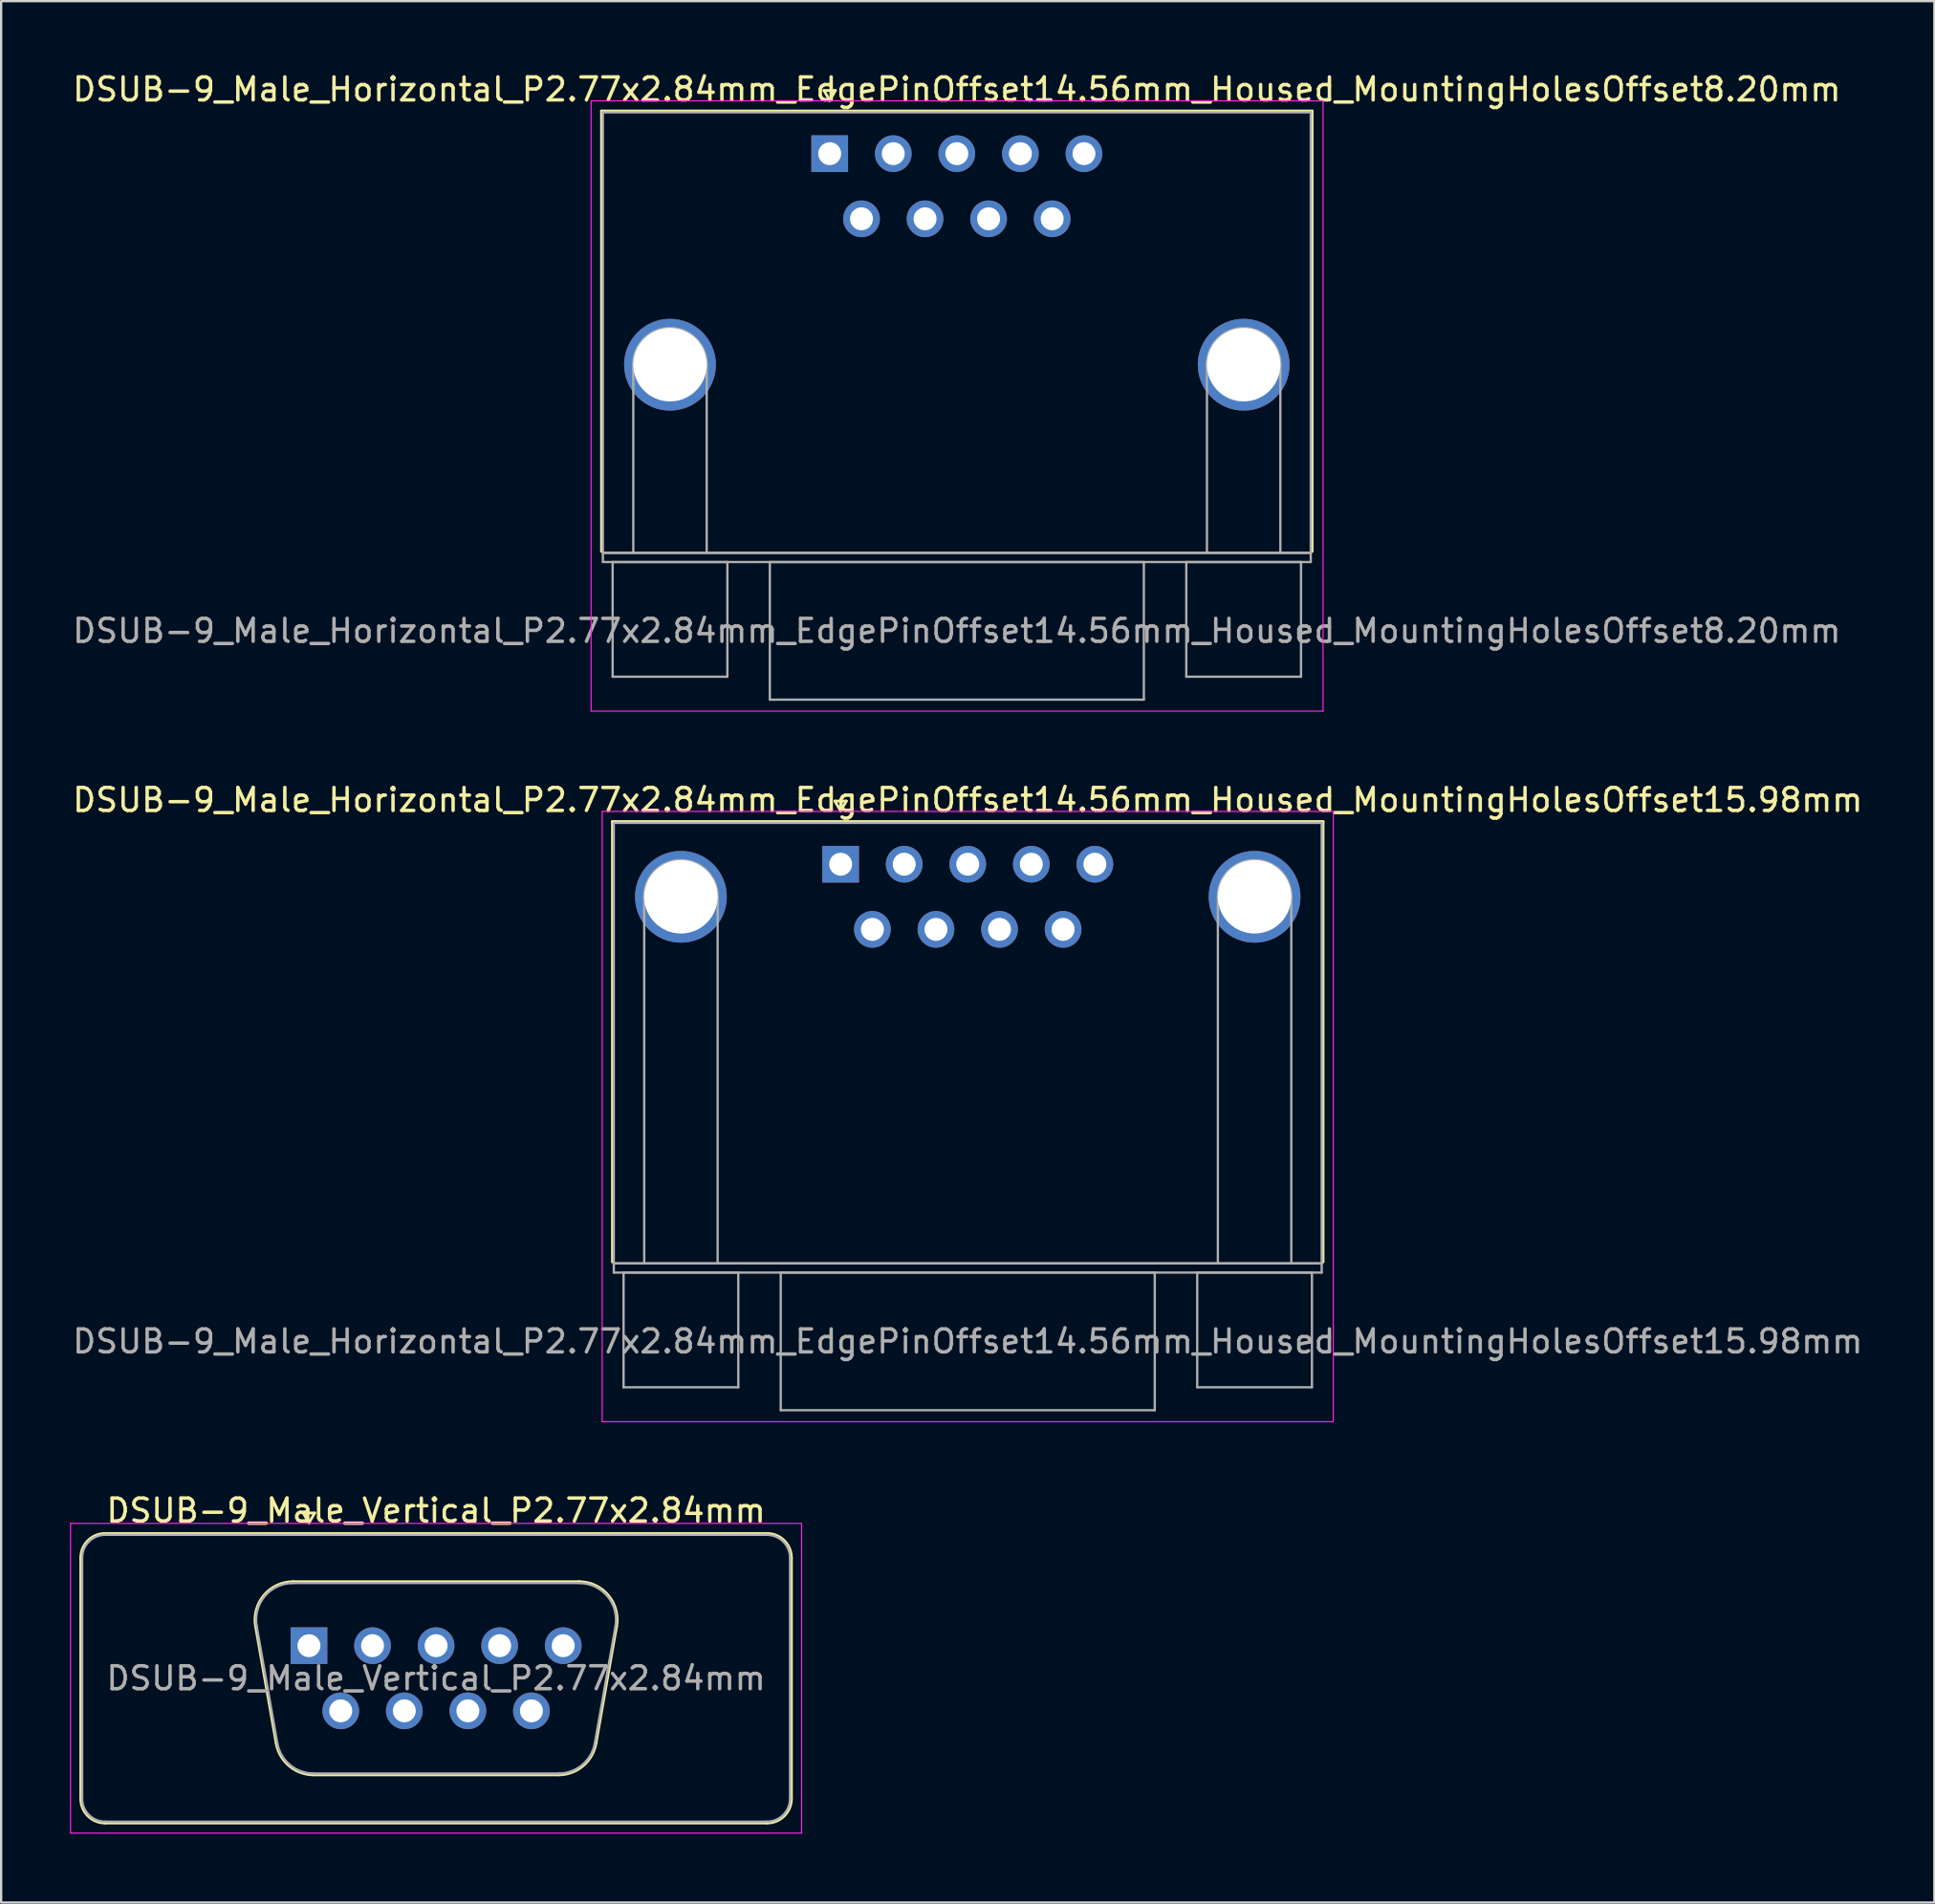
<source format=kicad_pcb>
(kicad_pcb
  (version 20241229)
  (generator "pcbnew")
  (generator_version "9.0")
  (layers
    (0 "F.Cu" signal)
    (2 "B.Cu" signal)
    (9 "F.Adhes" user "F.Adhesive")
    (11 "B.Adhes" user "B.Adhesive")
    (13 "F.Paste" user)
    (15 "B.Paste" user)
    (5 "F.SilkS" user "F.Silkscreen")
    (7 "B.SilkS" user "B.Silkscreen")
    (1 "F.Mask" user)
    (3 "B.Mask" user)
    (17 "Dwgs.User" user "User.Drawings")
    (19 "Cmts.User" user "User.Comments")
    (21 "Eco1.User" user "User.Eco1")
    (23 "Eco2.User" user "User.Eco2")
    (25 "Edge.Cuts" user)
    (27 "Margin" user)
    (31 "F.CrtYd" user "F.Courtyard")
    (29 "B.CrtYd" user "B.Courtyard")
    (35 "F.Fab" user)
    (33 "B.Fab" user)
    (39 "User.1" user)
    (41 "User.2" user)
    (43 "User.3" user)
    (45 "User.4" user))
  (footprint "DSUB-9_Male_Horizontal_P2.77x2.84mm_EdgePinOffset14.56mm_Housed_MountingHolesOffset8.20mm"
    (layer "F.Cu")
    (at 33.109 3.648)
    (property "Reference" "DSUB-9_Male_Horizontal_P2.77x2.84mm_EdgePinOffset14.56mm_Housed_MountingHolesOffset8.20mm" (at 5.54 -2.8 0) (layer "F.SilkS") (effects (font (size 1 1) (thickness 0.15))))
    (attr through_hole)
    (fp_line (start -9.945 -1.86) (end 21.025 -1.86) (stroke (width 0.12) (type solid)) (layer "F.SilkS"))
    (fp_line (start -9.945 17.34) (end -9.945 -1.86) (stroke (width 0.12) (type solid)) (layer "F.SilkS"))
    (fp_line (start -0.25 -2.754) (end 0.25 -2.754) (stroke (width 0.12) (type solid)) (layer "F.SilkS"))
    (fp_line (start 0 -2.321) (end -0.25 -2.754) (stroke (width 0.12) (type solid)) (layer "F.SilkS"))
    (fp_line (start 0.25 -2.754) (end 0 -2.321) (stroke (width 0.12) (type solid)) (layer "F.SilkS"))
    (fp_line (start 21.025 -1.86) (end 21.025 17.34) (stroke (width 0.12) (type solid)) (layer "F.SilkS"))
    (fp_line (start -10.4 -2.3) (end -10.4 24.3) (stroke (width 0.05) (type solid)) (layer "F.CrtYd"))
    (fp_line (start -10.4 24.3) (end 21.5 24.3) (stroke (width 0.05) (type solid)) (layer "F.CrtYd"))
    (fp_line (start 21.5 -2.3) (end -10.4 -2.3) (stroke (width 0.05) (type solid)) (layer "F.CrtYd"))
    (fp_line (start 21.5 24.3) (end 21.5 -2.3) (stroke (width 0.05) (type solid)) (layer "F.CrtYd"))
    (fp_line (start -9.885 -1.8) (end -9.885 17.4) (stroke (width 0.1) (type solid)) (layer "F.Fab"))
    (fp_line (start -9.885 17.4) (end -9.885 17.8) (stroke (width 0.1) (type solid)) (layer "F.Fab"))
    (fp_line (start -9.885 17.4) (end 20.965 17.4) (stroke (width 0.1) (type solid)) (layer "F.Fab"))
    (fp_line (start -9.885 17.8) (end 20.965 17.8) (stroke (width 0.1) (type solid)) (layer "F.Fab"))
    (fp_line (start -9.46 17.8) (end -9.46 22.8) (stroke (width 0.1) (type solid)) (layer "F.Fab"))
    (fp_line (start -9.46 22.8) (end -4.46 22.8) (stroke (width 0.1) (type solid)) (layer "F.Fab"))
    (fp_line (start -8.56 17.4) (end -8.56 9.2) (stroke (width 0.1) (type solid)) (layer "F.Fab"))
    (fp_line (start -5.36 17.4) (end -5.36 9.2) (stroke (width 0.1) (type solid)) (layer "F.Fab"))
    (fp_line (start -4.46 17.8) (end -9.46 17.8) (stroke (width 0.1) (type solid)) (layer "F.Fab"))
    (fp_line (start -4.46 22.8) (end -4.46 17.8) (stroke (width 0.1) (type solid)) (layer "F.Fab"))
    (fp_line (start -2.61 17.8) (end -2.61 23.8) (stroke (width 0.1) (type solid)) (layer "F.Fab"))
    (fp_line (start -2.61 23.8) (end 13.69 23.8) (stroke (width 0.1) (type solid)) (layer "F.Fab"))
    (fp_line (start 13.69 17.8) (end -2.61 17.8) (stroke (width 0.1) (type solid)) (layer "F.Fab"))
    (fp_line (start 13.69 23.8) (end 13.69 17.8) (stroke (width 0.1) (type solid)) (layer "F.Fab"))
    (fp_line (start 15.54 17.8) (end 15.54 22.8) (stroke (width 0.1) (type solid)) (layer "F.Fab"))
    (fp_line (start 15.54 22.8) (end 20.54 22.8) (stroke (width 0.1) (type solid)) (layer "F.Fab"))
    (fp_line (start 16.44 17.4) (end 16.44 9.2) (stroke (width 0.1) (type solid)) (layer "F.Fab"))
    (fp_line (start 19.64 17.4) (end 19.64 9.2) (stroke (width 0.1) (type solid)) (layer "F.Fab"))
    (fp_line (start 20.54 17.8) (end 15.54 17.8) (stroke (width 0.1) (type solid)) (layer "F.Fab"))
    (fp_line (start 20.54 22.8) (end 20.54 17.8) (stroke (width 0.1) (type solid)) (layer "F.Fab"))
    (fp_line (start 20.965 -1.8) (end -9.885 -1.8) (stroke (width 0.1) (type solid)) (layer "F.Fab"))
    (fp_line (start 20.965 17.4) (end -9.885 17.4) (stroke (width 0.1) (type solid)) (layer "F.Fab"))
    (fp_line (start 20.965 17.4) (end 20.965 -1.8) (stroke (width 0.1) (type solid)) (layer "F.Fab"))
    (fp_line (start 20.965 17.8) (end 20.965 17.4) (stroke (width 0.1) (type solid)) (layer "F.Fab"))
    (fp_arc (start -8.56 9.2) (mid -6.96 7.6) (end -5.36 9.2) (stroke (width 0.1) (type solid)) (layer "F.Fab"))
    (fp_arc (start 16.44 9.2) (mid 18.04 7.6) (end 19.64 9.2) (stroke (width 0.1) (type solid)) (layer "F.Fab"))
    (fp_text user "${REFERENCE}" (at 5.54 20.8 0) (layer "F.Fab") (effects (font (size 1 1) (thickness 0.15))))
    (pad "0" thru_hole circle (at -6.96 9.2) (size 4 4) (drill 3.2) (layers "*.Cu" "*.Mask"))
    (pad "0" thru_hole circle (at 18.04 9.2) (size 4 4) (drill 3.2) (layers "*.Cu" "*.Mask"))
    (pad "1" thru_hole rect (at 0 0) (size 1.6 1.6) (drill 1) (layers "*.Cu" "*.Mask"))
    (pad "2" thru_hole circle (at 2.77 0) (size 1.6 1.6) (drill 1) (layers "*.Cu" "*.Mask"))
    (pad "3" thru_hole circle (at 5.54 0) (size 1.6 1.6) (drill 1) (layers "*.Cu" "*.Mask"))
    (pad "4" thru_hole circle (at 8.31 0) (size 1.6 1.6) (drill 1) (layers "*.Cu" "*.Mask"))
    (pad "5" thru_hole circle (at 11.08 0) (size 1.6 1.6) (drill 1) (layers "*.Cu" "*.Mask"))
    (pad "6" thru_hole circle (at 1.385 2.84) (size 1.6 1.6) (drill 1) (layers "*.Cu" "*.Mask"))
    (pad "7" thru_hole circle (at 4.155 2.84) (size 1.6 1.6) (drill 1) (layers "*.Cu" "*.Mask"))
    (pad "8" thru_hole circle (at 6.925 2.84) (size 1.6 1.6) (drill 1) (layers "*.Cu" "*.Mask"))
    (pad "9" thru_hole circle (at 9.695 2.84) (size 1.6 1.6) (drill 1) (layers "*.Cu" "*.Mask")))
  (footprint "DSUB-9_Male_Vertical_P2.77x2.84mm"
    (layer "F.Cu")
    (at 10.415 68.685)
    (property "Reference" "DSUB-9_Male_Vertical_P2.77x2.84mm" (at 5.54 -5.89 0) (layer "F.SilkS") (effects (font (size 1 1) (thickness 0.15))))
    (attr through_hole)
    (fp_line (start -9.945 6.67) (end -9.945 -3.83) (stroke (width 0.12) (type solid)) (layer "F.SilkS"))
    (fp_line (start -8.885 -4.89) (end 19.965 -4.89) (stroke (width 0.12) (type solid)) (layer "F.SilkS"))
    (fp_line (start -2.326 -0.842) (end -1.427 4.258) (stroke (width 0.12) (type solid)) (layer "F.SilkS"))
    (fp_line (start -0.692 -2.79) (end 11.772 -2.79) (stroke (width 0.12) (type solid)) (layer "F.SilkS"))
    (fp_line (start -0.25 -5.784) (end 0.25 -5.784) (stroke (width 0.12) (type solid)) (layer "F.SilkS"))
    (fp_line (start 0 -5.351) (end -0.25 -5.784) (stroke (width 0.12) (type solid)) (layer "F.SilkS"))
    (fp_line (start 0.208 5.63) (end 10.872 5.63) (stroke (width 0.12) (type solid)) (layer "F.SilkS"))
    (fp_line (start 0.25 -5.784) (end 0 -5.351) (stroke (width 0.12) (type solid)) (layer "F.SilkS"))
    (fp_line (start 13.406 -0.842) (end 12.507 4.258) (stroke (width 0.12) (type solid)) (layer "F.SilkS"))
    (fp_line (start 19.965 7.73) (end -8.885 7.73) (stroke (width 0.12) (type solid)) (layer "F.SilkS"))
    (fp_line (start 21.025 -3.83) (end 21.025 6.67) (stroke (width 0.12) (type solid)) (layer "F.SilkS"))
    (fp_arc (start -9.945 -3.83) (mid -9.634533 -4.579533) (end -8.885 -4.89) (stroke (width 0.12) (type solid)) (layer "F.SilkS"))
    (fp_arc (start -8.885 7.73) (mid -9.634533 7.419533) (end -9.945 6.67) (stroke (width 0.12) (type solid)) (layer "F.SilkS"))
    (fp_arc (start -2.32647 -0.841744) (mid -1.963323 -2.197027) (end -0.691689 -2.79) (stroke (width 0.12) (type solid)) (layer "F.SilkS"))
    (fp_arc (start 0.207579 5.63) (mid -0.859449 5.241634) (end -1.427202 4.258256) (stroke (width 0.12) (type solid)) (layer "F.SilkS"))
    (fp_arc (start 11.771689 -2.79) (mid 13.043323 -2.197027) (end 13.40647 -0.841744) (stroke (width 0.12) (type solid)) (layer "F.SilkS"))
    (fp_arc (start 12.507202 4.258256) (mid 11.939449 5.241634) (end 10.872421 5.63) (stroke (width 0.12) (type solid)) (layer "F.SilkS"))
    (fp_arc (start 19.965 -4.89) (mid 20.714533 -4.579533) (end 21.025 -3.83) (stroke (width 0.12) (type solid)) (layer "F.SilkS"))
    (fp_arc (start 21.025 6.67) (mid 20.714533 7.419533) (end 19.965 7.73) (stroke (width 0.12) (type solid)) (layer "F.SilkS"))
    (fp_line (start -10.39 -5.33) (end -10.39 8.17) (stroke (width 0.05) (type solid)) (layer "F.CrtYd"))
    (fp_line (start -10.39 8.17) (end 21.47 8.17) (stroke (width 0.05) (type solid)) (layer "F.CrtYd"))
    (fp_line (start 21.47 -5.33) (end -10.39 -5.33) (stroke (width 0.05) (type solid)) (layer "F.CrtYd"))
    (fp_line (start 21.47 8.17) (end 21.47 -5.33) (stroke (width 0.05) (type solid)) (layer "F.CrtYd"))
    (fp_line (start -9.885 6.67) (end -9.885 -3.83) (stroke (width 0.1) (type solid)) (layer "F.Fab"))
    (fp_line (start -8.885 -4.83) (end 19.965 -4.83) (stroke (width 0.1) (type solid)) (layer "F.Fab"))
    (fp_line (start -2.279 -0.852) (end -1.38 4.248) (stroke (width 0.1) (type solid)) (layer "F.Fab"))
    (fp_line (start -0.703 -2.73) (end 11.783 -2.73) (stroke (width 0.1) (type solid)) (layer "F.Fab"))
    (fp_line (start 0.196 5.57) (end 10.884 5.57) (stroke (width 0.1) (type solid)) (layer "F.Fab"))
    (fp_line (start 13.359 -0.852) (end 12.46 4.248) (stroke (width 0.1) (type solid)) (layer "F.Fab"))
    (fp_line (start 19.965 7.67) (end -8.885 7.67) (stroke (width 0.1) (type solid)) (layer "F.Fab"))
    (fp_line (start 20.965 -3.83) (end 20.965 6.67) (stroke (width 0.1) (type solid)) (layer "F.Fab"))
    (fp_arc (start -9.885 -3.83) (mid -9.592107 -4.537107) (end -8.885 -4.83) (stroke (width 0.1) (type solid)) (layer "F.Fab"))
    (fp_arc (start -8.885 7.67) (mid -9.592107 7.377107) (end -9.885 6.67) (stroke (width 0.1) (type solid)) (layer "F.Fab"))
    (fp_arc (start -2.278887 -0.852163) (mid -1.928865 -2.15846) (end -0.703194 -2.73) (stroke (width 0.1) (type solid)) (layer "F.Fab"))
    (fp_arc (start 0.196073 5.57) (mid -0.832387 5.195671) (end -1.379619 4.247837) (stroke (width 0.1) (type solid)) (layer "F.Fab"))
    (fp_arc (start 11.783194 -2.73) (mid 13.008865 -2.15846) (end 13.358887 -0.852163) (stroke (width 0.1) (type solid)) (layer "F.Fab"))
    (fp_arc (start 12.459619 4.247837) (mid 11.912387 5.195671) (end 10.883927 5.57) (stroke (width 0.1) (type solid)) (layer "F.Fab"))
    (fp_arc (start 19.965 -4.83) (mid 20.672107 -4.537107) (end 20.965 -3.83) (stroke (width 0.1) (type solid)) (layer "F.Fab"))
    (fp_arc (start 20.965 6.67) (mid 20.672107 7.377107) (end 19.965 7.67) (stroke (width 0.1) (type solid)) (layer "F.Fab"))
    (fp_text user "${REFERENCE}" (at 5.54 1.42 0) (layer "F.Fab") (effects (font (size 1 1) (thickness 0.15))))
    (pad "1" thru_hole rect (at 0 0) (size 1.6 1.6) (drill 1) (layers "*.Cu" "*.Mask"))
    (pad "2" thru_hole circle (at 2.77 0) (size 1.6 1.6) (drill 1) (layers "*.Cu" "*.Mask"))
    (pad "3" thru_hole circle (at 5.54 0) (size 1.6 1.6) (drill 1) (layers "*.Cu" "*.Mask"))
    (pad "4" thru_hole circle (at 8.31 0) (size 1.6 1.6) (drill 1) (layers "*.Cu" "*.Mask"))
    (pad "5" thru_hole circle (at 11.08 0) (size 1.6 1.6) (drill 1) (layers "*.Cu" "*.Mask"))
    (pad "6" thru_hole circle (at 1.385 2.84) (size 1.6 1.6) (drill 1) (layers "*.Cu" "*.Mask"))
    (pad "7" thru_hole circle (at 4.155 2.84) (size 1.6 1.6) (drill 1) (layers "*.Cu" "*.Mask"))
    (pad "8" thru_hole circle (at 6.925 2.84) (size 1.6 1.6) (drill 1) (layers "*.Cu" "*.Mask"))
    (pad "9" thru_hole circle (at 9.695 2.84) (size 1.6 1.6) (drill 1) (layers "*.Cu" "*.Mask")))
  (footprint "DSUB-9_Male_Horizontal_P2.77x2.84mm_EdgePinOffset14.56mm_Housed_MountingHolesOffset15.98mm"
    (layer "F.Cu")
    (at 33.585 34.621)
    (property "Reference" "DSUB-9_Male_Horizontal_P2.77x2.84mm_EdgePinOffset14.56mm_Housed_MountingHolesOffset15.98mm" (at 5.54 -2.8 0) (layer "F.SilkS") (effects (font (size 1 1) (thickness 0.15))))
    (attr through_hole)
    (fp_line (start -9.945 -1.86) (end 21.025 -1.86) (stroke (width 0.12) (type solid)) (layer "F.SilkS"))
    (fp_line (start -9.945 17.34) (end -9.945 -1.86) (stroke (width 0.12) (type solid)) (layer "F.SilkS"))
    (fp_line (start -0.25 -2.754) (end 0.25 -2.754) (stroke (width 0.12) (type solid)) (layer "F.SilkS"))
    (fp_line (start 0 -2.321) (end -0.25 -2.754) (stroke (width 0.12) (type solid)) (layer "F.SilkS"))
    (fp_line (start 0.25 -2.754) (end 0 -2.321) (stroke (width 0.12) (type solid)) (layer "F.SilkS"))
    (fp_line (start 21.025 -1.86) (end 21.025 17.34) (stroke (width 0.12) (type solid)) (layer "F.SilkS"))
    (fp_line (start -10.39 -2.3) (end -10.39 24.3) (stroke (width 0.05) (type solid)) (layer "F.CrtYd"))
    (fp_line (start -10.39 24.3) (end 21.47 24.3) (stroke (width 0.05) (type solid)) (layer "F.CrtYd"))
    (fp_line (start 21.47 -2.3) (end -10.39 -2.3) (stroke (width 0.05) (type solid)) (layer "F.CrtYd"))
    (fp_line (start 21.47 24.3) (end 21.47 -2.3) (stroke (width 0.05) (type solid)) (layer "F.CrtYd"))
    (fp_line (start -9.885 -1.8) (end -9.885 17.4) (stroke (width 0.1) (type solid)) (layer "F.Fab"))
    (fp_line (start -9.885 17.4) (end -9.885 17.8) (stroke (width 0.1) (type solid)) (layer "F.Fab"))
    (fp_line (start -9.885 17.4) (end 20.965 17.4) (stroke (width 0.1) (type solid)) (layer "F.Fab"))
    (fp_line (start -9.885 17.8) (end 20.965 17.8) (stroke (width 0.1) (type solid)) (layer "F.Fab"))
    (fp_line (start -9.46 17.8) (end -9.46 22.8) (stroke (width 0.1) (type solid)) (layer "F.Fab"))
    (fp_line (start -9.46 22.8) (end -4.46 22.8) (stroke (width 0.1) (type solid)) (layer "F.Fab"))
    (fp_line (start -8.56 17.4) (end -8.56 1.42) (stroke (width 0.1) (type solid)) (layer "F.Fab"))
    (fp_line (start -5.36 17.4) (end -5.36 1.42) (stroke (width 0.1) (type solid)) (layer "F.Fab"))
    (fp_line (start -4.46 17.8) (end -9.46 17.8) (stroke (width 0.1) (type solid)) (layer "F.Fab"))
    (fp_line (start -4.46 22.8) (end -4.46 17.8) (stroke (width 0.1) (type solid)) (layer "F.Fab"))
    (fp_line (start -2.61 17.8) (end -2.61 23.8) (stroke (width 0.1) (type solid)) (layer "F.Fab"))
    (fp_line (start -2.61 23.8) (end 13.69 23.8) (stroke (width 0.1) (type solid)) (layer "F.Fab"))
    (fp_line (start 13.69 17.8) (end -2.61 17.8) (stroke (width 0.1) (type solid)) (layer "F.Fab"))
    (fp_line (start 13.69 23.8) (end 13.69 17.8) (stroke (width 0.1) (type solid)) (layer "F.Fab"))
    (fp_line (start 15.54 17.8) (end 15.54 22.8) (stroke (width 0.1) (type solid)) (layer "F.Fab"))
    (fp_line (start 15.54 22.8) (end 20.54 22.8) (stroke (width 0.1) (type solid)) (layer "F.Fab"))
    (fp_line (start 16.44 17.4) (end 16.44 1.42) (stroke (width 0.1) (type solid)) (layer "F.Fab"))
    (fp_line (start 19.64 17.4) (end 19.64 1.42) (stroke (width 0.1) (type solid)) (layer "F.Fab"))
    (fp_line (start 20.54 17.8) (end 15.54 17.8) (stroke (width 0.1) (type solid)) (layer "F.Fab"))
    (fp_line (start 20.54 22.8) (end 20.54 17.8) (stroke (width 0.1) (type solid)) (layer "F.Fab"))
    (fp_line (start 20.965 -1.8) (end -9.885 -1.8) (stroke (width 0.1) (type solid)) (layer "F.Fab"))
    (fp_line (start 20.965 17.4) (end -9.885 17.4) (stroke (width 0.1) (type solid)) (layer "F.Fab"))
    (fp_line (start 20.965 17.4) (end 20.965 -1.8) (stroke (width 0.1) (type solid)) (layer "F.Fab"))
    (fp_line (start 20.965 17.8) (end 20.965 17.4) (stroke (width 0.1) (type solid)) (layer "F.Fab"))
    (fp_arc (start -8.56 1.42) (mid -6.96 -0.18) (end -5.36 1.42) (stroke (width 0.1) (type solid)) (layer "F.Fab"))
    (fp_arc (start 16.44 1.42) (mid 18.04 -0.18) (end 19.64 1.42) (stroke (width 0.1) (type solid)) (layer "F.Fab"))
    (fp_text user "${REFERENCE}" (at 5.54 20.8 0) (layer "F.Fab") (effects (font (size 1 1) (thickness 0.15))))
    (pad "0" thru_hole circle (at -6.96 1.42) (size 4 4) (drill 3.2) (layers "*.Cu" "*.Mask"))
    (pad "0" thru_hole circle (at 18.04 1.42) (size 4 4) (drill 3.2) (layers "*.Cu" "*.Mask"))
    (pad "1" thru_hole rect (at 0 0) (size 1.6 1.6) (drill 1) (layers "*.Cu" "*.Mask"))
    (pad "2" thru_hole circle (at 2.77 0) (size 1.6 1.6) (drill 1) (layers "*.Cu" "*.Mask"))
    (pad "3" thru_hole circle (at 5.54 0) (size 1.6 1.6) (drill 1) (layers "*.Cu" "*.Mask"))
    (pad "4" thru_hole circle (at 8.31 0) (size 1.6 1.6) (drill 1) (layers "*.Cu" "*.Mask"))
    (pad "5" thru_hole circle (at 11.08 0) (size 1.6 1.6) (drill 1) (layers "*.Cu" "*.Mask"))
    (pad "6" thru_hole circle (at 1.385 2.84) (size 1.6 1.6) (drill 1) (layers "*.Cu" "*.Mask"))
    (pad "7" thru_hole circle (at 4.155 2.84) (size 1.6 1.6) (drill 1) (layers "*.Cu" "*.Mask"))
    (pad "8" thru_hole circle (at 6.925 2.84) (size 1.6 1.6) (drill 1) (layers "*.Cu" "*.Mask"))
    (pad "9" thru_hole circle (at 9.695 2.84) (size 1.6 1.6) (drill 1) (layers "*.Cu" "*.Mask")))
  (gr_rect
    (start -3 -3)
    (end 81.25 79.88)
    (stroke (width 0.1) (type default))
    (fill no)
    (layer "Edge.Cuts")))
</source>
